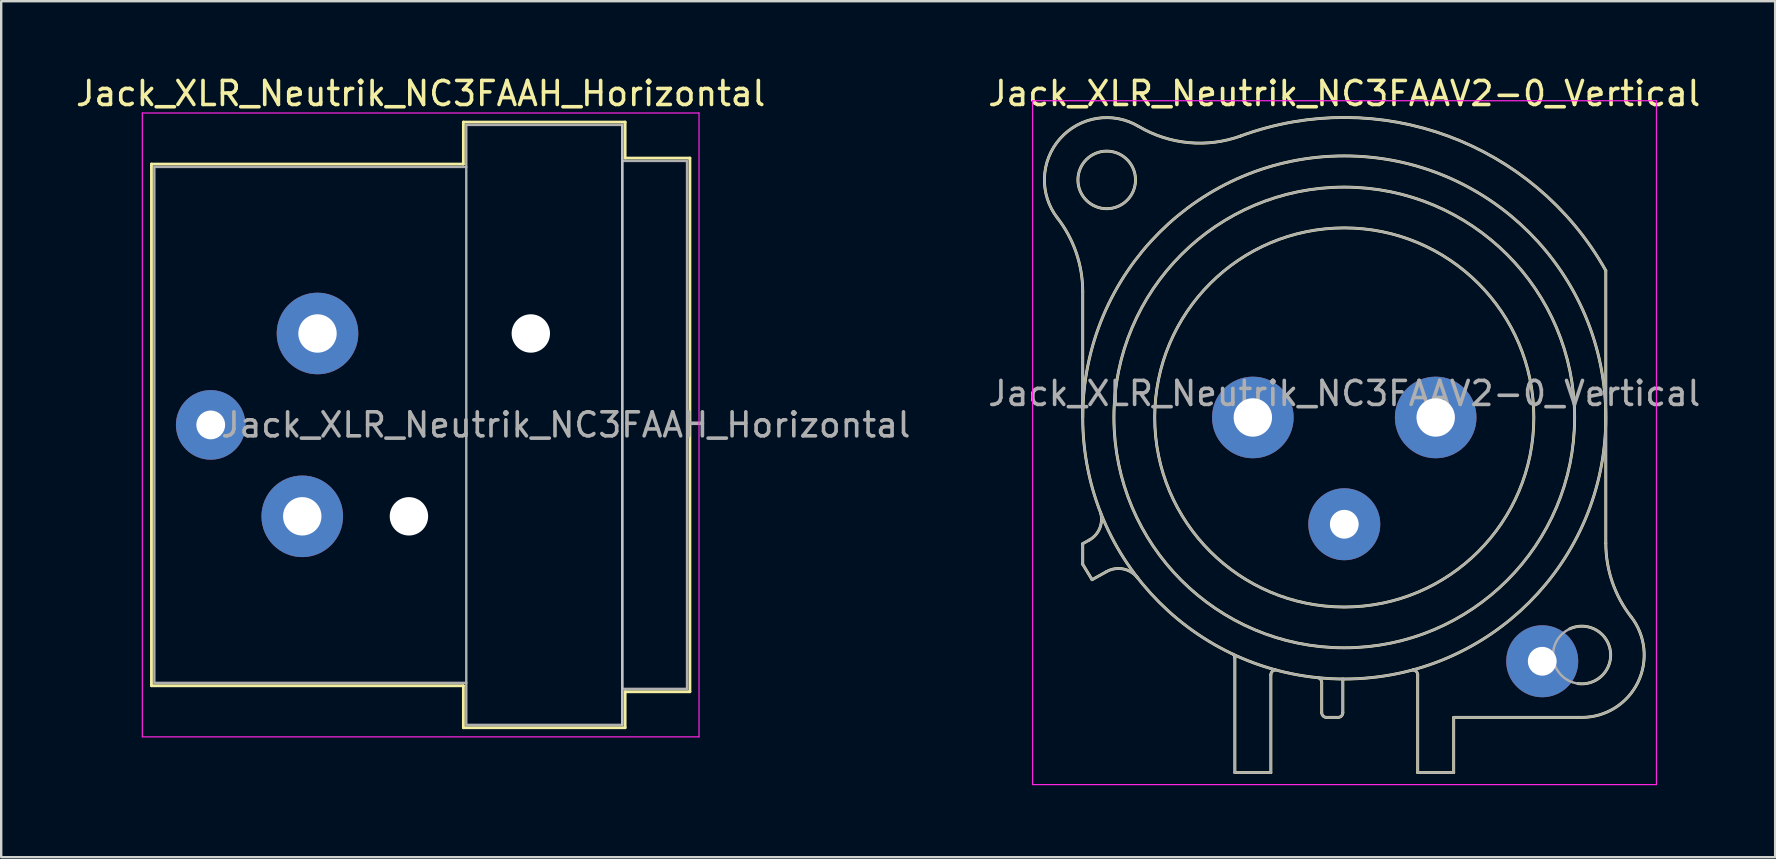
<source format=kicad_pcb>
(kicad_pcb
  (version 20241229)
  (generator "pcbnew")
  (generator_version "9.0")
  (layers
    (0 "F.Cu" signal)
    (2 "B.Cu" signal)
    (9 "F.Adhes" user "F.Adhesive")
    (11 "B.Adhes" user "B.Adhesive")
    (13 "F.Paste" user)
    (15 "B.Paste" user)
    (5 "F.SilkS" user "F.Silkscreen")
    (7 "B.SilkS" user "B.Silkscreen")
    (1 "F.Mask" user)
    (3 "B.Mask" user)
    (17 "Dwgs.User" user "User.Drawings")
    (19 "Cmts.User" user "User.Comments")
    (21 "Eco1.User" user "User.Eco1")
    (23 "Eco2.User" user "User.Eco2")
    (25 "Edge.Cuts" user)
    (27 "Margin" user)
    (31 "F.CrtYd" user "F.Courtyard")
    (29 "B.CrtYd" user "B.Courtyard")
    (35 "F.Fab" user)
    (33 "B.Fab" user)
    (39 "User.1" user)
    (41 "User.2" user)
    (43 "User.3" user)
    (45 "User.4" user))
  (footprint "Jack_XLR_Neutrik_NC3FAAV2-0_Vertical"
    (layer "F.Cu")
    (at 56.783 14.348)
    (property "Reference" "Jack_XLR_Neutrik_NC3FAAV2-0_Vertical" (at -3.81 -13.5 0) (layer "F.SilkS") (effects (font (size 1 1) (thickness 0.15))))
    (attr through_hole)
    (fp_line (start -14.71 0) (end -14.71 -5.24) (stroke (width 0.12) (type solid)) (layer "F.SilkS"))
    (fp_line (start -14.71 5.26) (end -14.44 5.11) (stroke (width 0.12) (type solid)) (layer "F.SilkS"))
    (fp_line (start -14.71 6.12) (end -14.71 5.26) (stroke (width 0.12) (type solid)) (layer "F.SilkS"))
    (fp_line (start -14.32 6.76) (end -14.71 6.12) (stroke (width 0.12) (type solid)) (layer "F.SilkS"))
    (fp_line (start -13.71 6.42) (end -14.32 6.76) (stroke (width 0.12) (type solid)) (layer "F.SilkS"))
    (fp_line (start -8.37 10.03) (end -8.37 14.8) (stroke (width 0.12) (type solid)) (layer "F.SilkS"))
    (fp_line (start -6.87 14.8) (end -8.37 14.8) (stroke (width 0.12) (type solid)) (layer "F.SilkS"))
    (fp_line (start -6.87 14.8) (end -6.87 10.73) (stroke (width 0.12) (type solid)) (layer "F.SilkS"))
    (fp_line (start -4.75 11.04) (end -4.75 12.3) (stroke (width 0.12) (type solid)) (layer "F.SilkS"))
    (fp_line (start -4.07 12.5) (end -4.55 12.5) (stroke (width 0.12) (type solid)) (layer "F.SilkS"))
    (fp_line (start -3.87 10.9) (end -3.87 12.3) (stroke (width 0.12) (type solid)) (layer "F.SilkS"))
    (fp_line (start -0.75 10.73) (end -0.75 10.73) (stroke (width 0.12) (type solid)) (layer "F.SilkS"))
    (fp_line (start -0.75 14.8) (end -0.75 10.73) (stroke (width 0.12) (type solid)) (layer "F.SilkS"))
    (fp_line (start 0.75 12.5) (end 6.09 12.5) (stroke (width 0.12) (type solid)) (layer "F.SilkS"))
    (fp_line (start 0.75 14.8) (end -0.75 14.8) (stroke (width 0.12) (type solid)) (layer "F.SilkS"))
    (fp_line (start 0.75 14.8) (end 0.75 12.5) (stroke (width 0.12) (type solid)) (layer "F.SilkS"))
    (fp_line (start 7.09 5.24) (end 7.09 -6.12) (stroke (width 0.12) (type solid)) (layer "F.SilkS"))
    (fp_arc (start -15.766689 -8.317569) (mid -14.98153 -6.866962) (end -14.71 -5.24) (stroke (width 0.12) (type solid)) (layer "F.SilkS"))
    (fp_arc (start -15.761979 -8.309032) (mid -15.65429 -11.620911) (end -12.38 -12.13) (stroke (width 0.12) (type solid)) (layer "F.SilkS"))
    (fp_arc (start -13.969214 3.951372) (mid -13.999461 4.614043) (end -14.44 5.11) (stroke (width 0.12) (type solid)) (layer "F.SilkS"))
    (fp_arc (start -13.71 6.42) (mid -13.01025 6.315915) (end -12.412202 6.693832) (stroke (width 0.12) (type solid)) (layer "F.SilkS"))
    (fp_arc (start -8.436364 9.870864) (mid -8.385177 9.942924) (end -8.37 10.03) (stroke (width 0.12) (type solid)) (layer "F.SilkS"))
    (fp_arc (start -8.12905 -11.730738) (mid 0.51404 -11.7289) (end 7.09 -6.12) (stroke (width 0.12) (type solid)) (layer "F.SilkS"))
    (fp_arc (start -8.118081 -11.733841) (mid -10.293498 -11.453642) (end -12.38 -12.13) (stroke (width 0.12) (type solid)) (layer "F.SilkS"))
    (fp_arc (start -6.87 10.73) (mid -6.814828 10.588126) (end -6.678303 10.520799) (stroke (width 0.12) (type solid)) (layer "F.SilkS"))
    (fp_arc (start -4.908418 10.84437) (mid -4.794571 10.914136) (end -4.75 11.04) (stroke (width 0.12) (type solid)) (layer "F.SilkS"))
    (fp_arc (start -4.55 12.5) (mid -4.691421 12.441421) (end -4.75 12.3) (stroke (width 0.12) (type solid)) (layer "F.SilkS"))
    (fp_arc (start -3.87 12.3) (mid -3.928579 12.441421) (end -4.07 12.5) (stroke (width 0.12) (type solid)) (layer "F.SilkS"))
    (fp_arc (start -0.949009 10.520288) (mid -0.807671 10.585446) (end -0.75 10.73) (stroke (width 0.12) (type solid)) (layer "F.SilkS"))
    (fp_arc (start 5.584454 8.809393) (mid 7.279278 9.725021) (end 5.92 11.09) (stroke (width 0.12) (type solid)) (layer "F.SilkS"))
    (fp_arc (start 8.141619 8.302858) (mid 8.42587 11.041804) (end 6.09 12.5) (stroke (width 0.12) (type solid)) (layer "F.SilkS"))
    (fp_arc (start 8.14247 8.305283) (mid 7.360446 6.860467) (end 7.09 5.24) (stroke (width 0.12) (type solid)) (layer "F.SilkS"))
    (fp_circle (center -13.71 -9.9) (end -12.51 -9.9) (stroke (width 0.12) (type solid)) (fill no) (layer "F.SilkS"))
    (fp_circle (center -3.81 0) (end 4.09 0) (stroke (width 0.12) (type solid)) (fill no) (layer "F.SilkS"))
    (fp_circle (center -3.81 0) (end 5.79 0) (stroke (width 0.12) (type solid)) (fill no) (layer "F.SilkS"))
    (fp_circle (center -3.81 0) (end 7.09 0) (stroke (width 0.12) (type solid)) (fill no) (layer "F.SilkS"))
    (fp_line (start -16.8 -13.2) (end 9.2 -13.2) (stroke (width 0.05) (type solid)) (layer "F.CrtYd"))
    (fp_line (start -16.8 15.3) (end -16.8 -13.2) (stroke (width 0.05) (type solid)) (layer "F.CrtYd"))
    (fp_line (start 9.2 -13.2) (end 9.2 15.3) (stroke (width 0.05) (type solid)) (layer "F.CrtYd"))
    (fp_line (start 9.2 15.3) (end -16.8 15.3) (stroke (width 0.05) (type solid)) (layer "F.CrtYd"))
    (fp_line (start -14.71 0) (end -14.71 -5.24) (stroke (width 0.1) (type solid)) (layer "F.Fab"))
    (fp_line (start -14.71 5.26) (end -14.44 5.11) (stroke (width 0.1) (type solid)) (layer "F.Fab"))
    (fp_line (start -14.71 6.12) (end -14.71 5.26) (stroke (width 0.1) (type solid)) (layer "F.Fab"))
    (fp_line (start -14.32 6.76) (end -14.71 6.12) (stroke (width 0.1) (type solid)) (layer "F.Fab"))
    (fp_line (start -13.71 6.42) (end -14.32 6.76) (stroke (width 0.1) (type solid)) (layer "F.Fab"))
    (fp_line (start -8.37 10.03) (end -8.37 14.8) (stroke (width 0.1) (type solid)) (layer "F.Fab"))
    (fp_line (start -6.87 14.8) (end -8.37 14.8) (stroke (width 0.1) (type solid)) (layer "F.Fab"))
    (fp_line (start -6.87 14.8) (end -6.87 10.73) (stroke (width 0.1) (type solid)) (layer "F.Fab"))
    (fp_line (start -4.75 11.04) (end -4.75 12.3) (stroke (width 0.1) (type solid)) (layer "F.Fab"))
    (fp_line (start -4.07 12.5) (end -4.55 12.5) (stroke (width 0.1) (type solid)) (layer "F.Fab"))
    (fp_line (start -3.87 10.9) (end -3.87 12.3) (stroke (width 0.1) (type solid)) (layer "F.Fab"))
    (fp_line (start -0.75 10.73) (end -0.75 10.73) (stroke (width 0.1) (type solid)) (layer "F.Fab"))
    (fp_line (start -0.75 14.8) (end -0.75 10.73) (stroke (width 0.1) (type solid)) (layer "F.Fab"))
    (fp_line (start 0.75 12.5) (end 6.09 12.5) (stroke (width 0.1) (type solid)) (layer "F.Fab"))
    (fp_line (start 0.75 14.8) (end -0.75 14.8) (stroke (width 0.1) (type solid)) (layer "F.Fab"))
    (fp_line (start 0.75 14.8) (end 0.75 12.5) (stroke (width 0.1) (type solid)) (layer "F.Fab"))
    (fp_line (start 7.09 5.24) (end 7.09 -6.12) (stroke (width 0.1) (type solid)) (layer "F.Fab"))
    (fp_arc (start -15.766689 -8.317569) (mid -14.98153 -6.866962) (end -14.71 -5.24) (stroke (width 0.1) (type solid)) (layer "F.Fab"))
    (fp_arc (start -15.761979 -8.309032) (mid -15.65429 -11.620911) (end -12.38 -12.13) (stroke (width 0.1) (type solid)) (layer "F.Fab"))
    (fp_arc (start -13.969214 3.951372) (mid -13.999461 4.614043) (end -14.44 5.11) (stroke (width 0.1) (type solid)) (layer "F.Fab"))
    (fp_arc (start -13.71 6.42) (mid -13.01025 6.315915) (end -12.412202 6.693832) (stroke (width 0.1) (type solid)) (layer "F.Fab"))
    (fp_arc (start -8.436364 9.870864) (mid -8.385177 9.942924) (end -8.37 10.03) (stroke (width 0.1) (type solid)) (layer "F.Fab"))
    (fp_arc (start -8.12905 -11.730738) (mid 0.51404 -11.7289) (end 7.09 -6.12) (stroke (width 0.1) (type solid)) (layer "F.Fab"))
    (fp_arc (start -8.118081 -11.733841) (mid -10.293498 -11.453642) (end -12.38 -12.13) (stroke (width 0.1) (type solid)) (layer "F.Fab"))
    (fp_arc (start -6.87 10.73) (mid -6.814828 10.588126) (end -6.678303 10.520799) (stroke (width 0.1) (type solid)) (layer "F.Fab"))
    (fp_arc (start -4.908418 10.84437) (mid -4.794571 10.914136) (end -4.75 11.04) (stroke (width 0.1) (type solid)) (layer "F.Fab"))
    (fp_arc (start -4.55 12.5) (mid -4.691421 12.441421) (end -4.75 12.3) (stroke (width 0.1) (type solid)) (layer "F.Fab"))
    (fp_arc (start -3.87 12.3) (mid -3.928579 12.441421) (end -4.07 12.5) (stroke (width 0.1) (type solid)) (layer "F.Fab"))
    (fp_arc (start -0.949009 10.520288) (mid -0.807671 10.585446) (end -0.75 10.73) (stroke (width 0.1) (type solid)) (layer "F.Fab"))
    (fp_arc (start 8.141619 8.302858) (mid 8.42587 11.041804) (end 6.09 12.5) (stroke (width 0.1) (type solid)) (layer "F.Fab"))
    (fp_arc (start 8.14247 8.305283) (mid 7.360446 6.860467) (end 7.09 5.24) (stroke (width 0.1) (type solid)) (layer "F.Fab"))
    (fp_circle (center -13.71 -9.9) (end -12.51 -9.9) (stroke (width 0.1) (type solid)) (fill no) (layer "F.Fab"))
    (fp_circle (center -3.81 0) (end 4.09 0) (stroke (width 0.1) (type solid)) (fill no) (layer "F.Fab"))
    (fp_circle (center -3.81 0) (end 5.79 0) (stroke (width 0.1) (type solid)) (fill no) (layer "F.Fab"))
    (fp_circle (center -3.81 0) (end 7.09 0) (stroke (width 0.1) (type solid)) (fill no) (layer "F.Fab"))
    (fp_circle (center 6.09 9.9) (end 7.29 9.9) (stroke (width 0.1) (type solid)) (fill no) (layer "F.Fab"))
    (fp_text user "${REFERENCE}" (at -3.81 -1 0) (layer "F.Fab") (effects (font (size 1 1) (thickness 0.15))))
    (pad "1" thru_hole circle (at 0 0) (size 3.4 3.4) (drill 1.6) (layers "*.Cu" "*.Mask"))
    (pad "2" thru_hole circle (at -7.62 0) (size 3.4 3.4) (drill 1.6) (layers "*.Cu" "*.Mask"))
    (pad "3" thru_hole circle (at -3.81 4.45) (size 3 3) (drill 1.2) (layers "*.Cu" "*.Mask"))
    (pad "G" thru_hole circle (at 4.44 10.16) (size 3 3) (drill 1.2) (layers "*.Cu" "*.Mask")))
  (footprint "Jack_XLR_Neutrik_NC3FAAH_Horizontal"
    (layer "F.Cu")
    (at 10.182 10.848)
    (property "Reference" "Jack_XLR_Neutrik_NC3FAAH_Horizontal" (at 4.3 -10 0) (layer "F.SilkS") (effects (font (size 1 1) (thickness 0.15))))
    (attr through_hole)
    (fp_line (start -6.92 -7.06) (end -6.92 14.68) (stroke (width 0.12) (type solid)) (layer "F.SilkS"))
    (fp_line (start 6.08 -7.06) (end -6.92 -7.06) (stroke (width 0.12) (type solid)) (layer "F.SilkS"))
    (fp_line (start 6.08 -7.06) (end 6.08 -8.81) (stroke (width 0.12) (type solid)) (layer "F.SilkS"))
    (fp_line (start 6.08 14.68) (end -6.92 14.68) (stroke (width 0.12) (type solid)) (layer "F.SilkS"))
    (fp_line (start 6.08 16.43) (end 6.08 14.68) (stroke (width 0.12) (type solid)) (layer "F.SilkS"))
    (fp_line (start 12.82 -8.81) (end 6.08 -8.81) (stroke (width 0.12) (type solid)) (layer "F.SilkS"))
    (fp_line (start 12.82 -8.81) (end 12.82 -7.31) (stroke (width 0.12) (type solid)) (layer "F.SilkS"))
    (fp_line (start 12.82 -7.31) (end 15.52 -7.31) (stroke (width 0.12) (type solid)) (layer "F.SilkS"))
    (fp_line (start 12.82 14.93) (end 12.82 16.43) (stroke (width 0.12) (type solid)) (layer "F.SilkS"))
    (fp_line (start 12.82 14.93) (end 15.52 14.93) (stroke (width 0.12) (type solid)) (layer "F.SilkS"))
    (fp_line (start 12.82 16.43) (end 6.08 16.43) (stroke (width 0.12) (type solid)) (layer "F.SilkS"))
    (fp_line (start 15.52 -7.31) (end 15.52 14.93) (stroke (width 0.12) (type solid)) (layer "F.SilkS"))
    (fp_line (start 12.7 -8.69) (end 12.7 16.31) (stroke (width 0.1) (type solid)) (layer "Dwgs.User"))
    (fp_line (start -7.3 -9.19) (end -7.3 16.81) (stroke (width 0.05) (type solid)) (layer "F.CrtYd"))
    (fp_line (start 15.9 -9.19) (end -7.3 -9.19) (stroke (width 0.05) (type solid)) (layer "F.CrtYd"))
    (fp_line (start 15.9 -9.19) (end 15.9 16.81) (stroke (width 0.05) (type solid)) (layer "F.CrtYd"))
    (fp_line (start 15.9 16.81) (end -7.3 16.81) (stroke (width 0.05) (type solid)) (layer "F.CrtYd"))
    (fp_line (start -6.8 -6.94) (end -6.8 14.56) (stroke (width 0.1) (type solid)) (layer "F.Fab"))
    (fp_line (start -6.8 14.56) (end 6.2 14.56) (stroke (width 0.1) (type solid)) (layer "F.Fab"))
    (fp_line (start 6.2 -8.69) (end 12.7 -8.69) (stroke (width 0.1) (type solid)) (layer "F.Fab"))
    (fp_line (start 6.2 -6.94) (end -6.8 -6.94) (stroke (width 0.1) (type solid)) (layer "F.Fab"))
    (fp_line (start 6.2 16.31) (end 6.2 -8.69) (stroke (width 0.1) (type solid)) (layer "F.Fab"))
    (fp_line (start 12.7 -8.69) (end 12.7 16.31) (stroke (width 0.1) (type solid)) (layer "F.Fab"))
    (fp_line (start 12.7 -7.19) (end 15.4 -7.19) (stroke (width 0.1) (type solid)) (layer "F.Fab"))
    (fp_line (start 12.7 16.31) (end 6.2 16.31) (stroke (width 0.1) (type solid)) (layer "F.Fab"))
    (fp_line (start 15.4 -7.19) (end 15.4 14.81) (stroke (width 0.1) (type solid)) (layer "F.Fab"))
    (fp_line (start 15.4 14.81) (end 12.7 14.81) (stroke (width 0.1) (type solid)) (layer "F.Fab"))
    (fp_text user "${REFERENCE}" (at 10.35 3.81 0) (layer "F.Fab") (effects (font (size 1 1) (thickness 0.15))))
    (pad "" np_thru_hole circle (at 3.81 7.62) (size 1.6 1.6) (drill 1.6) (layers "*.Cu" "*.Mask"))
    (pad "" np_thru_hole circle (at 8.89 0) (size 1.6 1.6) (drill 1.6) (layers "*.Cu" "*.Mask"))
    (pad "1" thru_hole circle (at 0 0) (size 3.4 3.4) (drill 1.6) (layers "*.Cu" "*.Mask"))
    (pad "2" thru_hole circle (at -0.635 7.62) (size 3.4 3.4) (drill 1.6) (layers "*.Cu" "*.Mask"))
    (pad "3" thru_hole circle (at -4.45 3.81) (size 2.9 2.9) (drill 1.2) (layers "*.Cu" "*.Mask")))
  (gr_rect
    (start -3 -3)
    (end 70.931 32.673)
    (stroke (width 0.1) (type default))
    (fill no)
    (layer "Edge.Cuts")))
</source>
